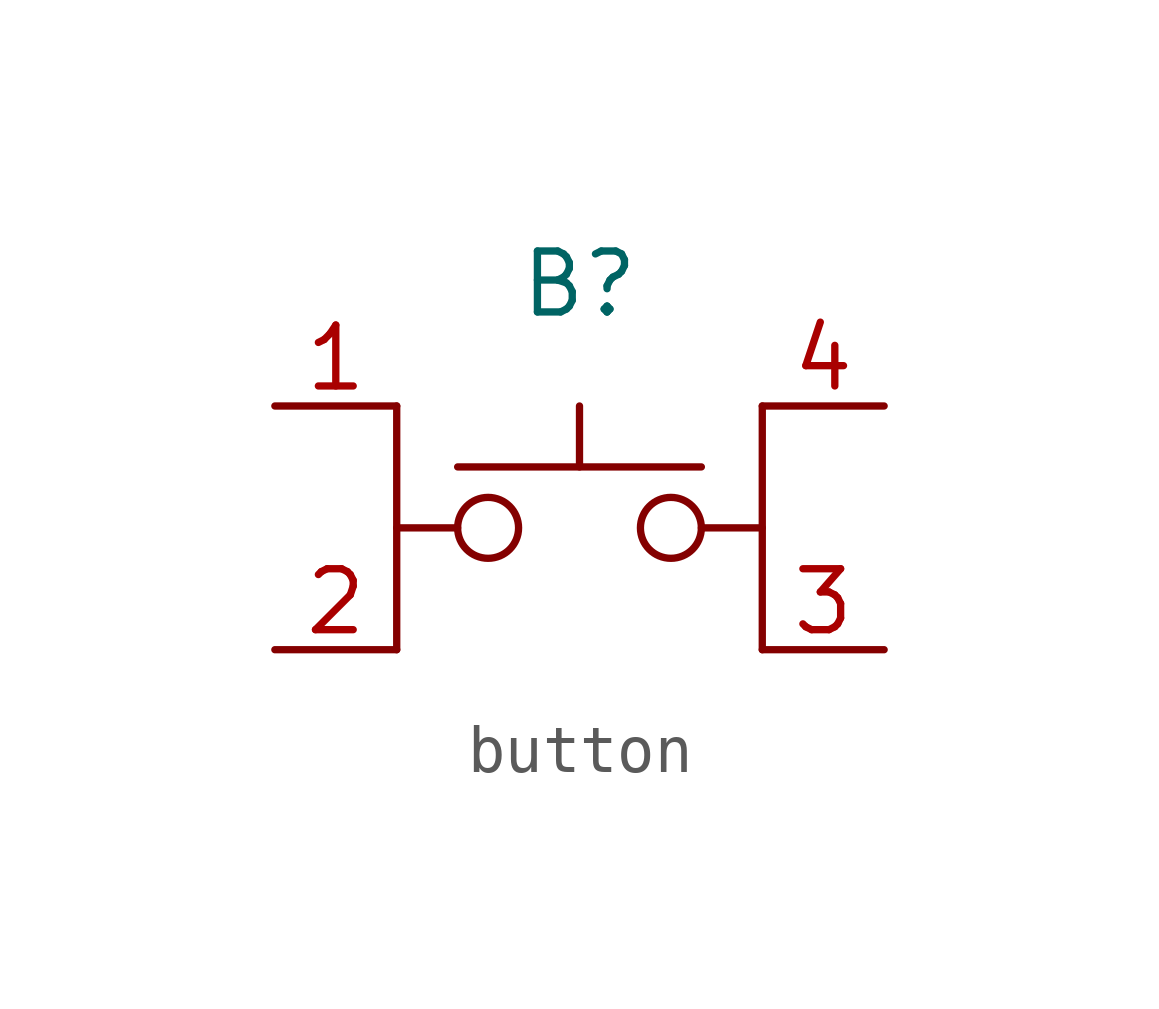
<source format=kicad_sym>
(kicad_symbol_lib
  (version 20231120)
  (generator "kicad_symbol_editor")
  (generator_version "8.0")
  (symbol "button"
    (property "Reference" "B"
      (at 0 5.08 0)
      (effects (font (size 1.27 1.27))))
    (property "Value" ""
      (at 0 0 0)
      (effects (font (size 1.27 1.27))))
    (symbol "button_0_1"
      (circle (center -1.905 0) (radius 0.635) (stroke (width 0) (type default)) (fill (type none)))
      (polyline (pts (xy -3.81 0) (xy -2.54 0)) (stroke (width 0) (type default)) (fill (type none)))
      (polyline (pts (xy -3.81 2.54) (xy -3.81 -2.54)) (stroke (width 0) (type default)) (fill (type none)))
      (polyline (pts (xy -2.54 1.27) (xy 2.54 1.27)) (stroke (width 0) (type default)) (fill (type none)))
      (polyline (pts (xy 0 2.54) (xy 0 1.27)) (stroke (width 0) (type default)) (fill (type none)))
      (polyline (pts (xy 3.81 0) (xy 2.54 0)) (stroke (width 0) (type default)) (fill (type none)))
      (polyline (pts (xy 3.81 2.54) (xy 3.81 -2.54)) (stroke (width 0) (type default)) (fill (type none)))
      (circle (center 1.905 0) (radius 0.635) (stroke (width 0) (type default)) (fill (type none))))
    (symbol "button_1_1"
      (pin passive line (at -6.35 2.54 0) (length 2.54) (name "" (effects (font (size 1.27 1.27)))) (number "1" (effects (font (size 1.27 1.27)))))
      (pin passive line (at -6.35 -2.54 0) (length 2.54) (name "" (effects (font (size 1.27 1.27)))) (number "2" (effects (font (size 1.27 1.27)))))
      (pin passive line (at 6.35 -2.54 180) (length 2.54) (name "" (effects (font (size 1.27 1.27)))) (number "3" (effects (font (size 1.27 1.27)))))
      (pin passive line (at 6.35 2.54 180) (length 2.54) (name "" (effects (font (size 1.27 1.27)))) (number "4" (effects (font (size 1.27 1.27))))))))
</source>
